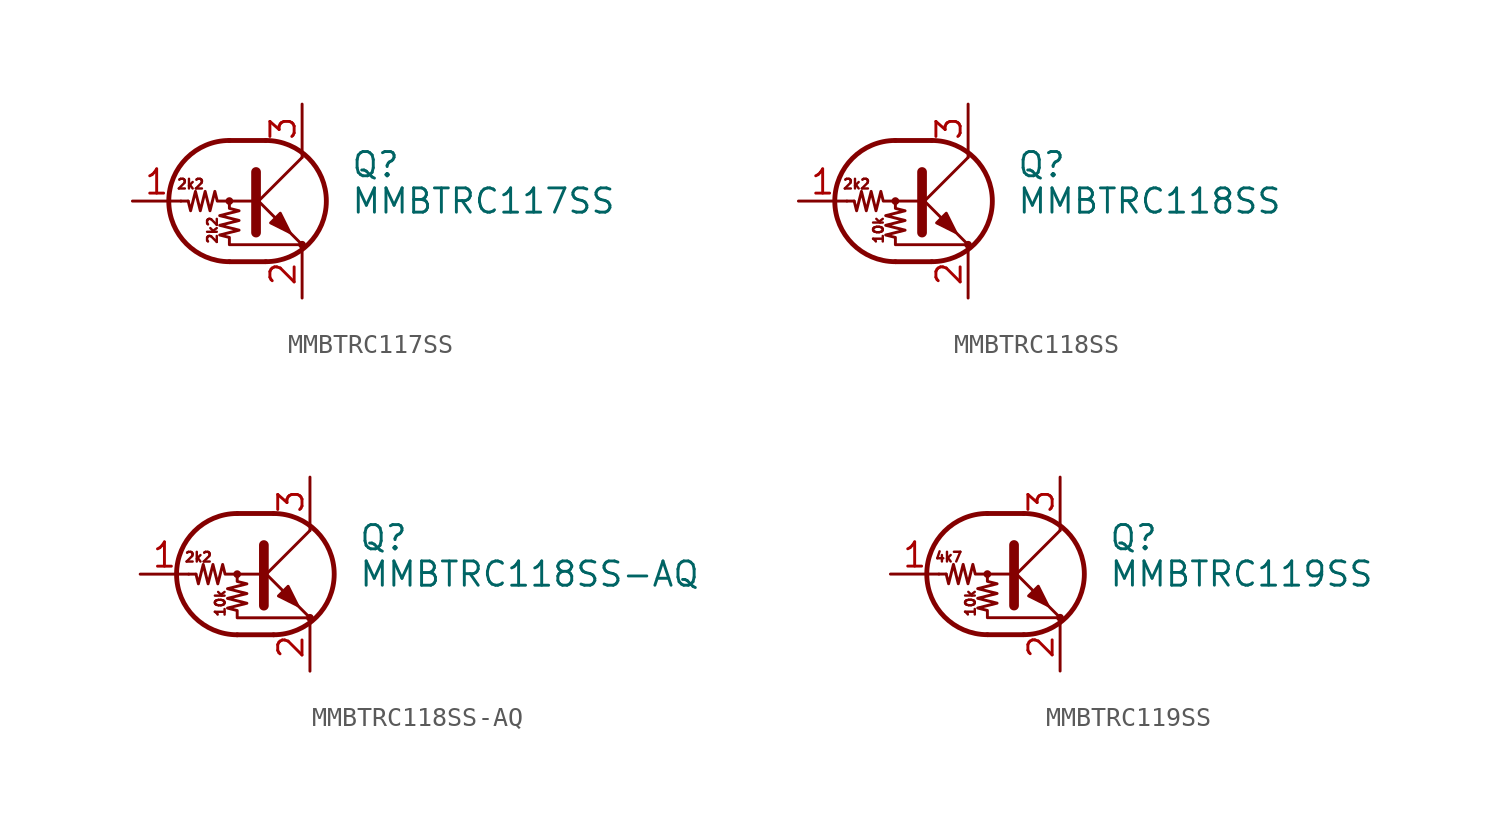
<source format=kicad_sym>
(kicad_symbol_lib
  (version 20241209)
  (generator "kicad_symbol_editor")
  (generator_version "9.0")
  (symbol "MMBTRC117SS"
    (pin_names
      (offset 0)
      (hide yes))
    (property "Reference" "Q"
      (at 5.08 1.905 0)
      (effects (font (size 1.27 1.27)) (justify left)))
    (property "Value" "MMBTRC117SS"
      (at 5.08 0 0)
      (effects (font (size 1.27 1.27)) (justify left)))
    (symbol "MMBTRC117SS_0_0"
      (text "2k2" (at -3.302 0.889 0) (effects (font (size 0.508 0.508))))
      (text "2k2" (at -2.159 -1.524 900) (effects (font (size 0.508 0.508)))))
    (symbol "MMBTRC117SS_0_1"
      (polyline (pts (xy -3.429 0) (xy -3.81 0)) (stroke (width 0) (type default)) (fill (type none)))
      (polyline (pts (xy -1.27 3.175) (xy 0.635 3.175)) (stroke (width 0.254) (type default)) (fill (type none)))
      (circle (center -1.27 0) (radius 0.127) (stroke (width 0) (type default)) (fill (type none)))
      (polyline (pts (xy -1.27 0) (xy -1.27 -0.381) (xy -0.762 -0.508) (xy -1.778 -0.762) (xy -0.762 -1.016) (xy -1.778 -1.27) (xy -0.762 -1.524) (xy -1.778 -1.778) (xy -1.27 -1.905) (xy -1.27 -2.286) (xy 2.54 -2.286)) (stroke (width 0) (type default)) (fill (type none)))
      (polyline (pts (xy -1.27 -3.175) (xy 0.635 -3.175)) (stroke (width 0.254) (type default)) (fill (type none)))
      (arc (start -1.27 -3.175) (mid -4.4312 0) (end -1.27 3.175) (stroke (width 0.254) (type default)) (fill (type none)))
      (polyline (pts (xy 0 0) (xy -1.905 0) (xy -2.032 0.508) (xy -2.286 -0.508) (xy -2.54 0.508) (xy -2.794 -0.508) (xy -3.048 0.508) (xy -3.302 -0.508) (xy -3.429 0)) (stroke (width 0) (type default)) (fill (type none)))
      (polyline (pts (xy 0 -0.254) (xy 2.54 2.286)) (stroke (width 0) (type default)) (fill (type none)))
      (polyline (pts (xy 0.127 1.524) (xy 0.127 -1.651)) (stroke (width 0.508) (type default)) (fill (type outline)))
      (arc (start 0.635 3.175) (mid 3.7962 0) (end 0.635 -3.175) (stroke (width 0.254) (type default)) (fill (type none)))
      (polyline (pts (xy 0.889 -1.143) (xy 1.397 -0.635) (xy 1.905 -1.651) (xy 0.889 -1.143)) (stroke (width 0) (type default)) (fill (type outline)))
      (polyline (pts (xy 2.54 2.286) (xy 2.54 2.54)) (stroke (width 0) (type default)) (fill (type none)))
      (polyline (pts (xy 2.54 -2.286) (xy 0 0.254) (xy 0 0.254)) (stroke (width 0) (type default)) (fill (type none)))
      (circle (center 2.54 -2.286) (radius 0.127) (stroke (width 0) (type default)) (fill (type none))))
    (symbol "MMBTRC117SS_1_1"
      (pin input line (at -6.35 0 0) (length 2.54) (name "B" (effects (font (size 1.27 1.27)))) (number "1" (effects (font (size 1.27 1.27)))))
      (pin passive line (at 2.54 5.08 270) (length 2.54) (name "C" (effects (font (size 1.27 1.27)))) (number "3" (effects (font (size 1.27 1.27)))))
      (pin passive line (at 2.54 -5.08 90) (length 2.54) (name "E" (effects (font (size 1.27 1.27)))) (number "2" (effects (font (size 1.27 1.27)))))))
  (symbol "MMBTRC118SS"
    (pin_names
      (offset 0)
      (hide yes))
    (property "Reference" "Q"
      (at 5.08 1.905 0)
      (effects (font (size 1.27 1.27)) (justify left)))
    (property "Value" "MMBTRC118SS"
      (at 5.08 0 0)
      (effects (font (size 1.27 1.27)) (justify left)))
    (symbol "MMBTRC118SS_0_0"
      (text "2k2" (at -3.302 0.889 0) (effects (font (size 0.508 0.508))))
      (text "10k" (at -2.159 -1.524 900) (effects (font (size 0.508 0.508)))))
    (symbol "MMBTRC118SS_0_1"
      (polyline (pts (xy -3.429 0) (xy -3.81 0)) (stroke (width 0) (type default)) (fill (type none)))
      (polyline (pts (xy -1.27 3.175) (xy 0.635 3.175)) (stroke (width 0.254) (type default)) (fill (type none)))
      (circle (center -1.27 0) (radius 0.127) (stroke (width 0) (type default)) (fill (type none)))
      (polyline (pts (xy -1.27 0) (xy -1.27 -0.381) (xy -0.762 -0.508) (xy -1.778 -0.762) (xy -0.762 -1.016) (xy -1.778 -1.27) (xy -0.762 -1.524) (xy -1.778 -1.778) (xy -1.27 -1.905) (xy -1.27 -2.286) (xy 2.54 -2.286)) (stroke (width 0) (type default)) (fill (type none)))
      (polyline (pts (xy -1.27 -3.175) (xy 0.635 -3.175)) (stroke (width 0.254) (type default)) (fill (type none)))
      (arc (start -1.27 -3.175) (mid -4.4312 0) (end -1.27 3.175) (stroke (width 0.254) (type default)) (fill (type none)))
      (polyline (pts (xy 0 0) (xy -1.905 0) (xy -2.032 0.508) (xy -2.286 -0.508) (xy -2.54 0.508) (xy -2.794 -0.508) (xy -3.048 0.508) (xy -3.302 -0.508) (xy -3.429 0)) (stroke (width 0) (type default)) (fill (type none)))
      (polyline (pts (xy 0 -0.254) (xy 2.54 2.286)) (stroke (width 0) (type default)) (fill (type none)))
      (polyline (pts (xy 0.127 1.524) (xy 0.127 -1.651)) (stroke (width 0.508) (type default)) (fill (type outline)))
      (arc (start 0.635 3.175) (mid 3.7962 0) (end 0.635 -3.175) (stroke (width 0.254) (type default)) (fill (type none)))
      (polyline (pts (xy 0.889 -1.143) (xy 1.397 -0.635) (xy 1.905 -1.651) (xy 0.889 -1.143)) (stroke (width 0) (type default)) (fill (type outline)))
      (polyline (pts (xy 2.54 2.286) (xy 2.54 2.54)) (stroke (width 0) (type default)) (fill (type none)))
      (polyline (pts (xy 2.54 -2.286) (xy 0 0.254) (xy 0 0.254)) (stroke (width 0) (type default)) (fill (type none)))
      (circle (center 2.54 -2.286) (radius 0.127) (stroke (width 0) (type default)) (fill (type none))))
    (symbol "MMBTRC118SS_1_1"
      (pin input line (at -6.35 0 0) (length 2.54) (name "B" (effects (font (size 1.27 1.27)))) (number "1" (effects (font (size 1.27 1.27)))))
      (pin passive line (at 2.54 5.08 270) (length 2.54) (name "C" (effects (font (size 1.27 1.27)))) (number "3" (effects (font (size 1.27 1.27)))))
      (pin passive line (at 2.54 -5.08 90) (length 2.54) (name "E" (effects (font (size 1.27 1.27)))) (number "2" (effects (font (size 1.27 1.27)))))))
  (symbol "MMBTRC118SS-AQ"
    (pin_names
      (offset 0)
      (hide yes))
    (property "Reference" "Q"
      (at 5.08 1.905 0)
      (effects (font (size 1.27 1.27)) (justify left)))
    (property "Value" "MMBTRC118SS-AQ"
      (at 5.08 0 0)
      (effects (font (size 1.27 1.27)) (justify left)))
    (symbol "MMBTRC118SS-AQ_0_0"
      (text "2k2" (at -3.302 0.889 0) (effects (font (size 0.508 0.508))))
      (text "10k" (at -2.159 -1.524 900) (effects (font (size 0.508 0.508)))))
    (symbol "MMBTRC118SS-AQ_0_1"
      (polyline (pts (xy -3.429 0) (xy -3.81 0)) (stroke (width 0) (type default)) (fill (type none)))
      (polyline (pts (xy -1.27 3.175) (xy 0.635 3.175)) (stroke (width 0.254) (type default)) (fill (type none)))
      (circle (center -1.27 0) (radius 0.127) (stroke (width 0) (type default)) (fill (type none)))
      (polyline (pts (xy -1.27 0) (xy -1.27 -0.381) (xy -0.762 -0.508) (xy -1.778 -0.762) (xy -0.762 -1.016) (xy -1.778 -1.27) (xy -0.762 -1.524) (xy -1.778 -1.778) (xy -1.27 -1.905) (xy -1.27 -2.286) (xy 2.54 -2.286)) (stroke (width 0) (type default)) (fill (type none)))
      (polyline (pts (xy -1.27 -3.175) (xy 0.635 -3.175)) (stroke (width 0.254) (type default)) (fill (type none)))
      (arc (start -1.27 -3.175) (mid -4.4312 0) (end -1.27 3.175) (stroke (width 0.254) (type default)) (fill (type none)))
      (polyline (pts (xy 0 0) (xy -1.905 0) (xy -2.032 0.508) (xy -2.286 -0.508) (xy -2.54 0.508) (xy -2.794 -0.508) (xy -3.048 0.508) (xy -3.302 -0.508) (xy -3.429 0)) (stroke (width 0) (type default)) (fill (type none)))
      (polyline (pts (xy 0 -0.254) (xy 2.54 2.286)) (stroke (width 0) (type default)) (fill (type none)))
      (polyline (pts (xy 0.127 1.524) (xy 0.127 -1.651)) (stroke (width 0.508) (type default)) (fill (type outline)))
      (arc (start 0.635 3.175) (mid 3.7962 0) (end 0.635 -3.175) (stroke (width 0.254) (type default)) (fill (type none)))
      (polyline (pts (xy 0.889 -1.143) (xy 1.397 -0.635) (xy 1.905 -1.651) (xy 0.889 -1.143)) (stroke (width 0) (type default)) (fill (type outline)))
      (polyline (pts (xy 2.54 2.286) (xy 2.54 2.54)) (stroke (width 0) (type default)) (fill (type none)))
      (polyline (pts (xy 2.54 -2.286) (xy 0 0.254) (xy 0 0.254)) (stroke (width 0) (type default)) (fill (type none)))
      (circle (center 2.54 -2.286) (radius 0.127) (stroke (width 0) (type default)) (fill (type none))))
    (symbol "MMBTRC118SS-AQ_1_1"
      (pin input line (at -6.35 0 0) (length 2.54) (name "B" (effects (font (size 1.27 1.27)))) (number "1" (effects (font (size 1.27 1.27)))))
      (pin passive line (at 2.54 5.08 270) (length 2.54) (name "C" (effects (font (size 1.27 1.27)))) (number "3" (effects (font (size 1.27 1.27)))))
      (pin passive line (at 2.54 -5.08 90) (length 2.54) (name "E" (effects (font (size 1.27 1.27)))) (number "2" (effects (font (size 1.27 1.27)))))))
  (symbol "MMBTRC119SS"
    (pin_names
      (offset 0)
      (hide yes))
    (property "Reference" "Q"
      (at 5.08 1.905 0)
      (effects (font (size 1.27 1.27)) (justify left)))
    (property "Value" "MMBTRC119SS"
      (at 5.08 0 0)
      (effects (font (size 1.27 1.27)) (justify left)))
    (symbol "MMBTRC119SS_0_0"
      (text "4k7" (at -3.302 0.889 0) (effects (font (size 0.508 0.508))))
      (text "10k" (at -2.159 -1.524 900) (effects (font (size 0.508 0.508)))))
    (symbol "MMBTRC119SS_0_1"
      (polyline (pts (xy -3.429 0) (xy -3.81 0)) (stroke (width 0) (type default)) (fill (type none)))
      (polyline (pts (xy -1.27 3.175) (xy 0.635 3.175)) (stroke (width 0.254) (type default)) (fill (type none)))
      (circle (center -1.27 0) (radius 0.127) (stroke (width 0) (type default)) (fill (type none)))
      (polyline (pts (xy -1.27 0) (xy -1.27 -0.381) (xy -0.762 -0.508) (xy -1.778 -0.762) (xy -0.762 -1.016) (xy -1.778 -1.27) (xy -0.762 -1.524) (xy -1.778 -1.778) (xy -1.27 -1.905) (xy -1.27 -2.286) (xy 2.54 -2.286)) (stroke (width 0) (type default)) (fill (type none)))
      (polyline (pts (xy -1.27 -3.175) (xy 0.635 -3.175)) (stroke (width 0.254) (type default)) (fill (type none)))
      (arc (start -1.27 -3.175) (mid -4.4312 0) (end -1.27 3.175) (stroke (width 0.254) (type default)) (fill (type none)))
      (polyline (pts (xy 0 0) (xy -1.905 0) (xy -2.032 0.508) (xy -2.286 -0.508) (xy -2.54 0.508) (xy -2.794 -0.508) (xy -3.048 0.508) (xy -3.302 -0.508) (xy -3.429 0)) (stroke (width 0) (type default)) (fill (type none)))
      (polyline (pts (xy 0 -0.254) (xy 2.54 2.286)) (stroke (width 0) (type default)) (fill (type none)))
      (polyline (pts (xy 0.127 1.524) (xy 0.127 -1.651)) (stroke (width 0.508) (type default)) (fill (type outline)))
      (arc (start 0.635 3.175) (mid 3.7962 0) (end 0.635 -3.175) (stroke (width 0.254) (type default)) (fill (type none)))
      (polyline (pts (xy 0.889 -1.143) (xy 1.397 -0.635) (xy 1.905 -1.651) (xy 0.889 -1.143)) (stroke (width 0) (type default)) (fill (type outline)))
      (polyline (pts (xy 2.54 2.286) (xy 2.54 2.54)) (stroke (width 0) (type default)) (fill (type none)))
      (polyline (pts (xy 2.54 -2.286) (xy 0 0.254) (xy 0 0.254)) (stroke (width 0) (type default)) (fill (type none)))
      (circle (center 2.54 -2.286) (radius 0.127) (stroke (width 0) (type default)) (fill (type none))))
    (symbol "MMBTRC119SS_1_1"
      (pin input line (at -6.35 0 0) (length 2.54) (name "B" (effects (font (size 1.27 1.27)))) (number "1" (effects (font (size 1.27 1.27)))))
      (pin passive line (at 2.54 5.08 270) (length 2.54) (name "C" (effects (font (size 1.27 1.27)))) (number "3" (effects (font (size 1.27 1.27)))))
      (pin passive line (at 2.54 -5.08 90) (length 2.54) (name "E" (effects (font (size 1.27 1.27)))) (number "2" (effects (font (size 1.27 1.27))))))))
</source>
